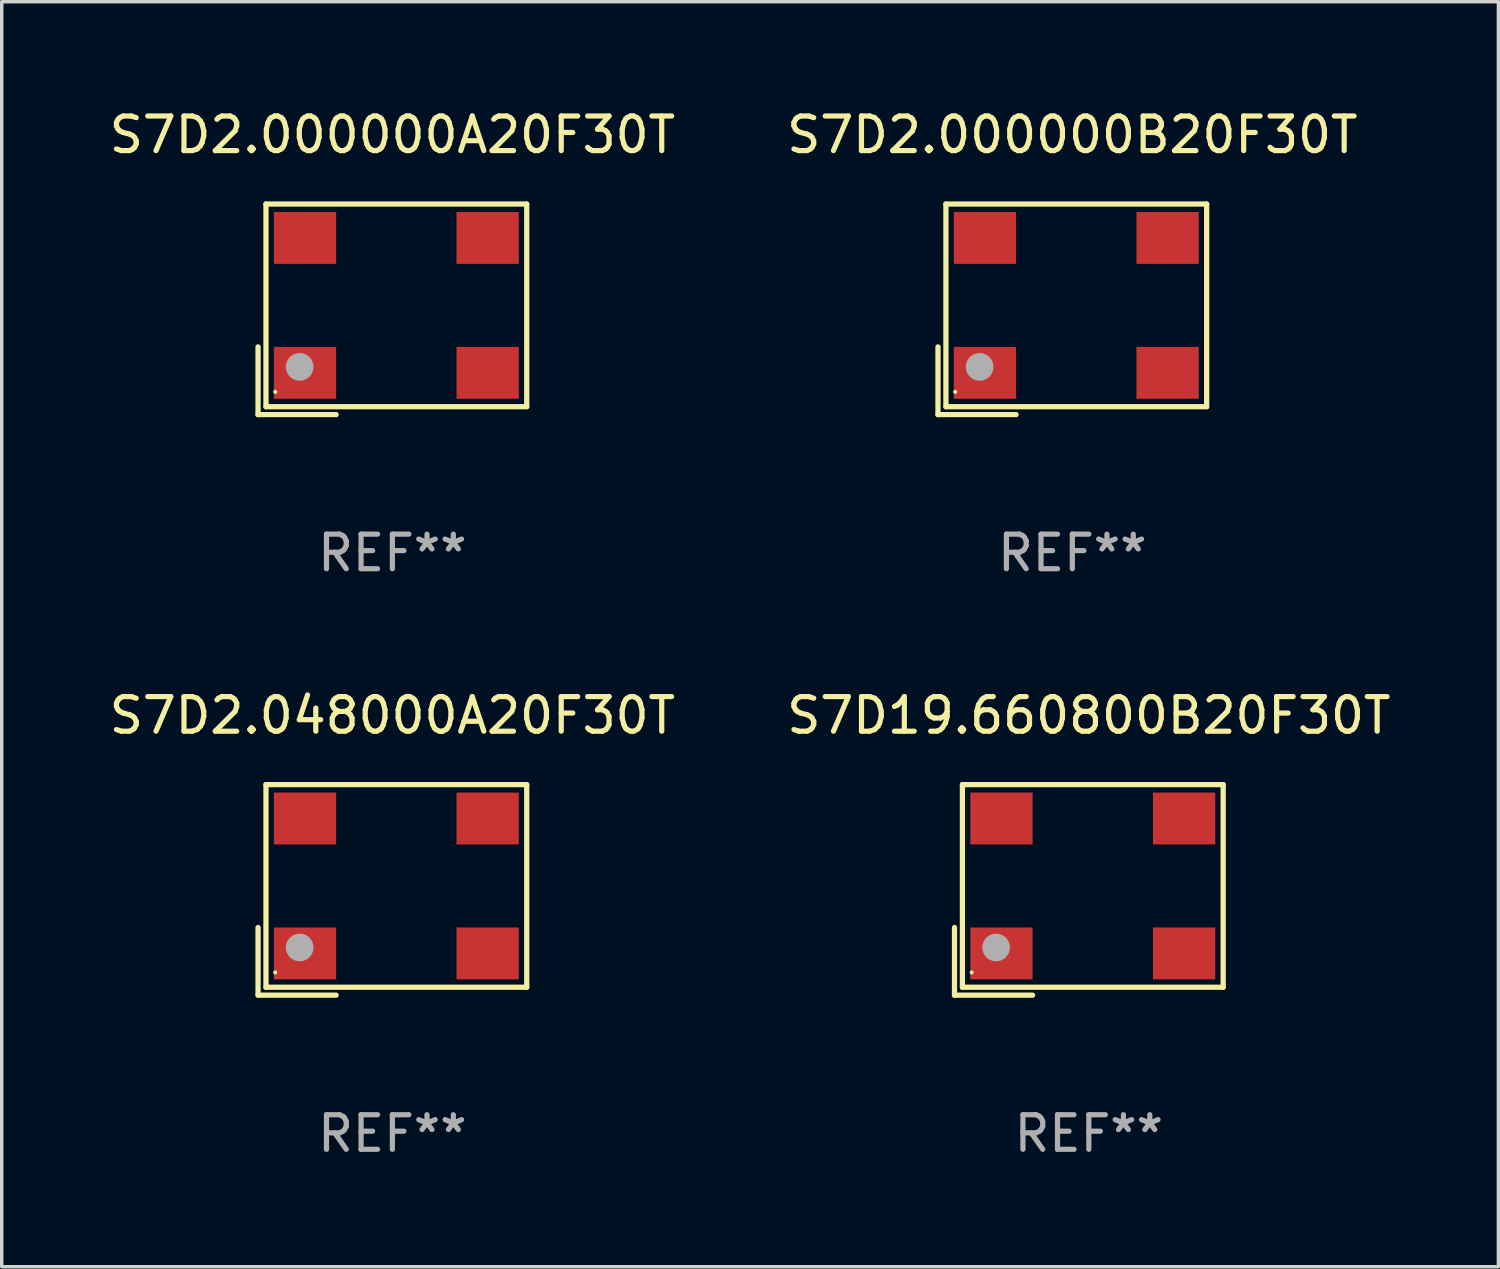
<source format=kicad_pcb>
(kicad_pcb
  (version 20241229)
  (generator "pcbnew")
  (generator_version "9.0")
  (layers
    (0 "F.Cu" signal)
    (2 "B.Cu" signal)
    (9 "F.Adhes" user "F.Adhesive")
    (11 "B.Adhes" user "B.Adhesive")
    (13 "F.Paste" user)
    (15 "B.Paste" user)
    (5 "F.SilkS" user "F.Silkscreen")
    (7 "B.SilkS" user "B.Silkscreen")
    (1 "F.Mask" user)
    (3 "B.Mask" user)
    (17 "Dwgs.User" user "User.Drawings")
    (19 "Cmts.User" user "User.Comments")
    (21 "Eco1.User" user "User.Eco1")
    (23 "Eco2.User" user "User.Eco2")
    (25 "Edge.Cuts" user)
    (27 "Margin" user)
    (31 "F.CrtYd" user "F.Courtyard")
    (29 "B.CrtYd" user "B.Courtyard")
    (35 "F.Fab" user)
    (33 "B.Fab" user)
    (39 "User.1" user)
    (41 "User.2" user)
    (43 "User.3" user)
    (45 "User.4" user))
  (footprint "S7D2.000000B20F30T"
    (layer "F.Cu")
    (at 27.946 5.891)
    (property "Reference" "S7D2.000000B20F30T" (at 0 -5.043 0) (layer "F.SilkS") (effects (font (size 1 1) (thickness 0.15))))
    (attr through_hole)
    (fp_line (start -3.883 1.086) (end -3.883 3.043) (stroke (width 0.152) (type solid)) (layer "F.SilkS"))
    (fp_line (start -3.883 3.043) (end -1.626 3.043) (stroke (width 0.152) (type solid)) (layer "F.SilkS"))
    (fp_line (start -3.654 -3.043) (end 3.883 -3.043) (stroke (width 0.152) (type solid)) (layer "F.SilkS"))
    (fp_line (start -3.654 2.814) (end -3.654 -3.043) (stroke (width 0.152) (type solid)) (layer "F.SilkS"))
    (fp_line (start 3.883 -3.043) (end 3.883 2.814) (stroke (width 0.152) (type solid)) (layer "F.SilkS"))
    (fp_line (start 3.883 2.814) (end -3.654 2.814) (stroke (width 0.152) (type solid)) (layer "F.SilkS"))
    (fp_circle (center -3.386 2.386) (end -3.356 2.386) (stroke (width 0.06) (type solid)) (fill no) (layer "F.SilkS"))
    (fp_circle (center -2.68 1.664) (end -2.48 1.664) (stroke (width 0.4) (type solid)) (fill no) (layer "F.Fab"))
    (fp_text user "REF**" (at 0 7.043 0) (layer "F.Fab") (effects (font (size 1 1) (thickness 0.15))))
    (pad "1" smd rect (at -2.526 1.836) (size 1.8 1.5) (layers "F.Cu" "F.Mask" "F.Paste"))
    (pad "2" smd rect (at 2.754 1.836) (size 1.8 1.5) (layers "F.Cu" "F.Mask" "F.Paste"))
    (pad "3" smd rect (at 2.754 -2.064) (size 1.8 1.5) (layers "F.Cu" "F.Mask" "F.Paste"))
    (pad "4" smd rect (at -2.526 -2.064) (size 1.8 1.5) (layers "F.Cu" "F.Mask" "F.Paste")))
  (footprint "S7D19.660800B20F30T"
    (layer "F.Cu")
    (at 28.423 22.673)
    (property "Reference" "S7D19.660800B20F30T" (at 0 -5.043 0) (layer "F.SilkS") (effects (font (size 1 1) (thickness 0.15))))
    (attr through_hole)
    (fp_line (start -3.883 1.086) (end -3.883 3.043) (stroke (width 0.152) (type solid)) (layer "F.SilkS"))
    (fp_line (start -3.883 3.043) (end -1.626 3.043) (stroke (width 0.152) (type solid)) (layer "F.SilkS"))
    (fp_line (start -3.654 -3.043) (end 3.883 -3.043) (stroke (width 0.152) (type solid)) (layer "F.SilkS"))
    (fp_line (start -3.654 2.814) (end -3.654 -3.043) (stroke (width 0.152) (type solid)) (layer "F.SilkS"))
    (fp_line (start 3.883 -3.043) (end 3.883 2.814) (stroke (width 0.152) (type solid)) (layer "F.SilkS"))
    (fp_line (start 3.883 2.814) (end -3.654 2.814) (stroke (width 0.152) (type solid)) (layer "F.SilkS"))
    (fp_circle (center -3.386 2.386) (end -3.356 2.386) (stroke (width 0.06) (type solid)) (fill no) (layer "F.SilkS"))
    (fp_circle (center -2.68 1.664) (end -2.48 1.664) (stroke (width 0.4) (type solid)) (fill no) (layer "F.Fab"))
    (fp_text user "REF**" (at 0 7.043 0) (layer "F.Fab") (effects (font (size 1 1) (thickness 0.15))))
    (pad "1" smd rect (at -2.526 1.836) (size 1.8 1.5) (layers "F.Cu" "F.Mask" "F.Paste"))
    (pad "2" smd rect (at 2.754 1.836) (size 1.8 1.5) (layers "F.Cu" "F.Mask" "F.Paste"))
    (pad "3" smd rect (at 2.754 -2.064) (size 1.8 1.5) (layers "F.Cu" "F.Mask" "F.Paste"))
    (pad "4" smd rect (at -2.526 -2.064) (size 1.8 1.5) (layers "F.Cu" "F.Mask" "F.Paste")))
  (footprint "S7D2.000000A20F30T"
    (layer "F.Cu")
    (at 8.292 5.891)
    (property "Reference" "S7D2.000000A20F30T" (at 0 -5.043 0) (layer "F.SilkS") (effects (font (size 1 1) (thickness 0.15))))
    (attr through_hole)
    (fp_line (start -3.883 1.086) (end -3.883 3.043) (stroke (width 0.152) (type solid)) (layer "F.SilkS"))
    (fp_line (start -3.883 3.043) (end -1.626 3.043) (stroke (width 0.152) (type solid)) (layer "F.SilkS"))
    (fp_line (start -3.654 -3.043) (end 3.883 -3.043) (stroke (width 0.152) (type solid)) (layer "F.SilkS"))
    (fp_line (start -3.654 2.814) (end -3.654 -3.043) (stroke (width 0.152) (type solid)) (layer "F.SilkS"))
    (fp_line (start 3.883 -3.043) (end 3.883 2.814) (stroke (width 0.152) (type solid)) (layer "F.SilkS"))
    (fp_line (start 3.883 2.814) (end -3.654 2.814) (stroke (width 0.152) (type solid)) (layer "F.SilkS"))
    (fp_circle (center -3.386 2.386) (end -3.356 2.386) (stroke (width 0.06) (type solid)) (fill no) (layer "F.SilkS"))
    (fp_circle (center -2.68 1.664) (end -2.48 1.664) (stroke (width 0.4) (type solid)) (fill no) (layer "F.Fab"))
    (fp_text user "REF**" (at 0 7.043 0) (layer "F.Fab") (effects (font (size 1 1) (thickness 0.15))))
    (pad "1" smd rect (at -2.526 1.836) (size 1.8 1.5) (layers "F.Cu" "F.Mask" "F.Paste"))
    (pad "2" smd rect (at 2.754 1.836) (size 1.8 1.5) (layers "F.Cu" "F.Mask" "F.Paste"))
    (pad "3" smd rect (at 2.754 -2.064) (size 1.8 1.5) (layers "F.Cu" "F.Mask" "F.Paste"))
    (pad "4" smd rect (at -2.526 -2.064) (size 1.8 1.5) (layers "F.Cu" "F.Mask" "F.Paste")))
  (footprint "S7D2.048000A20F30T"
    (layer "F.Cu")
    (at 8.292 22.673)
    (property "Reference" "S7D2.048000A20F30T" (at 0 -5.043 0) (layer "F.SilkS") (effects (font (size 1 1) (thickness 0.15))))
    (attr through_hole)
    (fp_line (start -3.883 1.086) (end -3.883 3.043) (stroke (width 0.152) (type solid)) (layer "F.SilkS"))
    (fp_line (start -3.883 3.043) (end -1.626 3.043) (stroke (width 0.152) (type solid)) (layer "F.SilkS"))
    (fp_line (start -3.654 -3.043) (end 3.883 -3.043) (stroke (width 0.152) (type solid)) (layer "F.SilkS"))
    (fp_line (start -3.654 2.814) (end -3.654 -3.043) (stroke (width 0.152) (type solid)) (layer "F.SilkS"))
    (fp_line (start 3.883 -3.043) (end 3.883 2.814) (stroke (width 0.152) (type solid)) (layer "F.SilkS"))
    (fp_line (start 3.883 2.814) (end -3.654 2.814) (stroke (width 0.152) (type solid)) (layer "F.SilkS"))
    (fp_circle (center -3.386 2.386) (end -3.356 2.386) (stroke (width 0.06) (type solid)) (fill no) (layer "F.SilkS"))
    (fp_circle (center -2.68 1.664) (end -2.48 1.664) (stroke (width 0.4) (type solid)) (fill no) (layer "F.Fab"))
    (fp_text user "REF**" (at 0 7.043 0) (layer "F.Fab") (effects (font (size 1 1) (thickness 0.15))))
    (pad "1" smd rect (at -2.526 1.836) (size 1.8 1.5) (layers "F.Cu" "F.Mask" "F.Paste"))
    (pad "2" smd rect (at 2.754 1.836) (size 1.8 1.5) (layers "F.Cu" "F.Mask" "F.Paste"))
    (pad "3" smd rect (at 2.754 -2.064) (size 1.8 1.5) (layers "F.Cu" "F.Mask" "F.Paste"))
    (pad "4" smd rect (at -2.526 -2.064) (size 1.8 1.5) (layers "F.Cu" "F.Mask" "F.Paste")))
  (gr_rect
    (start -3 -3)
    (end 40.262 33.565)
    (stroke (width 0.1) (type default))
    (fill no)
    (layer "Edge.Cuts")))
</source>
